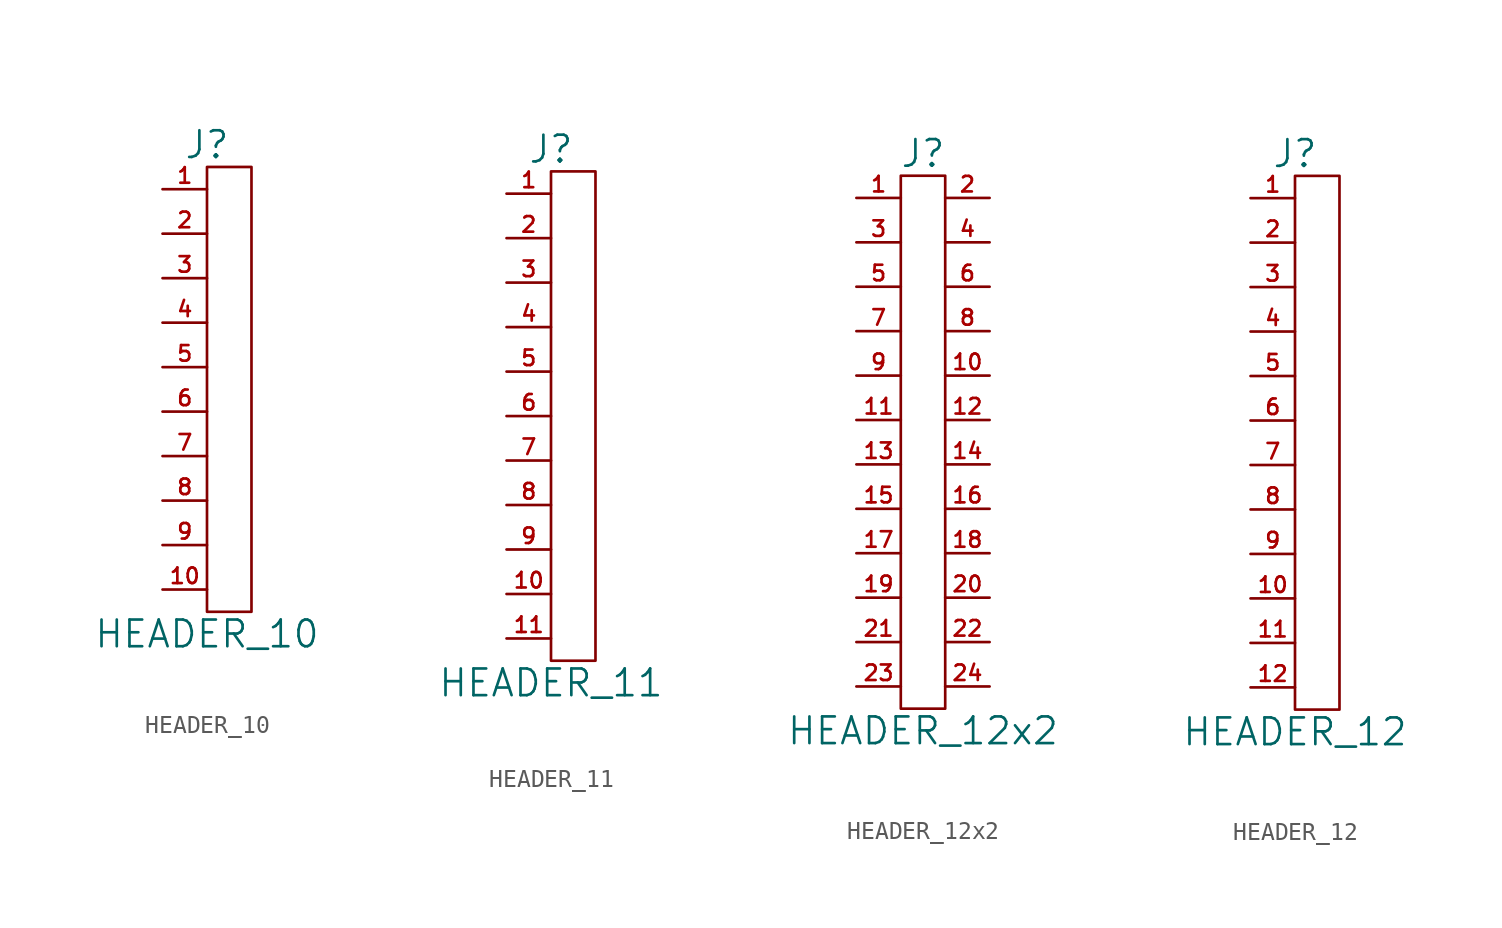
<source format=kicad_sym>
(kicad_symbol_lib
  (version 20220914)
  (generator kicad_symbol_editor)
  (symbol "HEADER_10"
    (pin_names
      (offset 0))
    (property "Reference" "J"
      (at 0 13.97 0)
      (effects (font (size 1.524 1.524))))
    (property "Value" "HEADER_10"
      (at 0 -13.97 0)
      (effects (font (size 1.524 1.524))))
    (property "Footprint" ""
      (at 0 0 0)
      (effects (font (size 1.524 1.524))))
    (property "Datasheet" ""
      (at 0 0 0)
      (effects (font (size 1.524 1.524))))
    (symbol "HEADER_10_0_1"
      (rectangle (start 2.54 12.7) (end 0 -12.7) (stroke (width 0) (type solid)) (fill (type none))))
    (symbol "HEADER_10_1_1"
      (pin passive line (at -2.54 11.43 0) (length 2.54) (name "~" (effects (font (size 1.27 1.27)))) (number "1" (effects (font (size 0.889 0.889)))))
      (pin passive line (at -2.54 -11.43 0) (length 2.54) (name "~" (effects (font (size 1.27 1.27)))) (number "10" (effects (font (size 0.889 0.889)))))
      (pin passive line (at -2.54 8.89 0) (length 2.54) (name "~" (effects (font (size 1.27 1.27)))) (number "2" (effects (font (size 0.889 0.889)))))
      (pin passive line (at -2.54 6.35 0) (length 2.54) (name "~" (effects (font (size 1.27 1.27)))) (number "3" (effects (font (size 0.889 0.889)))))
      (pin passive line (at -2.54 3.81 0) (length 2.54) (name "~" (effects (font (size 1.27 1.27)))) (number "4" (effects (font (size 0.889 0.889)))))
      (pin passive line (at -2.54 1.27 0) (length 2.54) (name "~" (effects (font (size 1.27 1.27)))) (number "5" (effects (font (size 0.889 0.889)))))
      (pin passive line (at -2.54 -1.27 0) (length 2.54) (name "~" (effects (font (size 1.27 1.27)))) (number "6" (effects (font (size 0.889 0.889)))))
      (pin passive line (at -2.54 -3.81 0) (length 2.54) (name "~" (effects (font (size 1.27 1.27)))) (number "7" (effects (font (size 0.889 0.889)))))
      (pin passive line (at -2.54 -6.35 0) (length 2.54) (name "~" (effects (font (size 1.27 1.27)))) (number "8" (effects (font (size 0.889 0.889)))))
      (pin passive line (at -2.54 -8.89 0) (length 2.54) (name "~" (effects (font (size 1.27 1.27)))) (number "9" (effects (font (size 0.889 0.889)))))))
  (symbol "HEADER_11"
    (pin_names
      (offset 0))
    (property "Reference" "J"
      (at 0 15.24 0)
      (effects (font (size 1.524 1.524))))
    (property "Value" "HEADER_11"
      (at 0 -15.24 0)
      (effects (font (size 1.524 1.524))))
    (property "Footprint" ""
      (at 0 0 0)
      (effects (font (size 1.524 1.524))))
    (property "Datasheet" ""
      (at 0 0 0)
      (effects (font (size 1.524 1.524))))
    (symbol "HEADER_11_0_1"
      (rectangle (start 2.54 13.97) (end 0 -13.97) (stroke (width 0) (type solid)) (fill (type none))))
    (symbol "HEADER_11_1_1"
      (pin passive line (at -2.54 12.7 0) (length 2.54) (name "~" (effects (font (size 1.27 1.27)))) (number "1" (effects (font (size 0.889 0.889)))))
      (pin passive line (at -2.54 -10.16 0) (length 2.54) (name "~" (effects (font (size 1.27 1.27)))) (number "10" (effects (font (size 0.889 0.889)))))
      (pin passive line (at -2.54 -12.7 0) (length 2.54) (name "~" (effects (font (size 1.27 1.27)))) (number "11" (effects (font (size 0.889 0.889)))))
      (pin passive line (at -2.54 10.16 0) (length 2.54) (name "~" (effects (font (size 1.27 1.27)))) (number "2" (effects (font (size 0.889 0.889)))))
      (pin passive line (at -2.54 7.62 0) (length 2.54) (name "~" (effects (font (size 1.27 1.27)))) (number "3" (effects (font (size 0.889 0.889)))))
      (pin passive line (at -2.54 5.08 0) (length 2.54) (name "~" (effects (font (size 1.27 1.27)))) (number "4" (effects (font (size 0.889 0.889)))))
      (pin passive line (at -2.54 2.54 0) (length 2.54) (name "~" (effects (font (size 1.27 1.27)))) (number "5" (effects (font (size 0.889 0.889)))))
      (pin passive line (at -2.54 0 0) (length 2.54) (name "~" (effects (font (size 1.27 1.27)))) (number "6" (effects (font (size 0.889 0.889)))))
      (pin passive line (at -2.54 -2.54 0) (length 2.54) (name "~" (effects (font (size 1.27 1.27)))) (number "7" (effects (font (size 0.889 0.889)))))
      (pin passive line (at -2.54 -5.08 0) (length 2.54) (name "~" (effects (font (size 1.27 1.27)))) (number "8" (effects (font (size 0.889 0.889)))))
      (pin passive line (at -2.54 -7.62 0) (length 2.54) (name "~" (effects (font (size 1.27 1.27)))) (number "9" (effects (font (size 0.889 0.889)))))))
  (symbol "HEADER_12x2"
    (pin_names
      (offset 0))
    (property "Reference" "J"
      (at 0 16.51 0)
      (effects (font (size 1.524 1.524))))
    (property "Value" "HEADER_12x2"
      (at 0 -16.51 0)
      (effects (font (size 1.524 1.524))))
    (property "Footprint" ""
      (at 0 -1.27 0)
      (effects (font (size 1.524 1.524))))
    (property "Datasheet" ""
      (at 0 0 0)
      (effects (font (size 1.524 1.524))))
    (symbol "HEADER_12x2_0_1"
      (rectangle (start 1.27 -15.24) (end -1.27 15.24) (stroke (width 0) (type solid)) (fill (type none))))
    (symbol "HEADER_12x2_1_1"
      (pin passive line (at -3.81 13.97 0) (length 2.54) (name "~" (effects (font (size 0.889 0.889)))) (number "1" (effects (font (size 0.889 0.889)))))
      (pin passive line (at 3.81 3.81 180) (length 2.54) (name "~" (effects (font (size 1.27 1.27)))) (number "10" (effects (font (size 0.889 0.889)))))
      (pin passive line (at -3.81 1.27 0) (length 2.54) (name "~" (effects (font (size 1.27 1.27)))) (number "11" (effects (font (size 0.889 0.889)))))
      (pin passive line (at 3.81 1.27 180) (length 2.54) (name "~" (effects (font (size 1.27 1.27)))) (number "12" (effects (font (size 0.889 0.889)))))
      (pin passive line (at -3.81 -1.27 0) (length 2.54) (name "~" (effects (font (size 1.27 1.27)))) (number "13" (effects (font (size 0.889 0.889)))))
      (pin passive line (at 3.81 -1.27 180) (length 2.54) (name "~" (effects (font (size 1.27 1.27)))) (number "14" (effects (font (size 0.889 0.889)))))
      (pin passive line (at -3.81 -3.81 0) (length 2.54) (name "~" (effects (font (size 1.27 1.27)))) (number "15" (effects (font (size 0.889 0.889)))))
      (pin passive line (at 3.81 -3.81 180) (length 2.54) (name "~" (effects (font (size 1.27 1.27)))) (number "16" (effects (font (size 0.889 0.889)))))
      (pin passive line (at -3.81 -6.35 0) (length 2.54) (name "~" (effects (font (size 1.27 1.27)))) (number "17" (effects (font (size 0.889 0.889)))))
      (pin passive line (at 3.81 -6.35 180) (length 2.54) (name "~" (effects (font (size 1.27 1.27)))) (number "18" (effects (font (size 0.889 0.889)))))
      (pin passive line (at -3.81 -8.89 0) (length 2.54) (name "~" (effects (font (size 1.27 1.27)))) (number "19" (effects (font (size 0.889 0.889)))))
      (pin passive line (at 3.81 13.97 180) (length 2.54) (name "~" (effects (font (size 1.27 1.27)))) (number "2" (effects (font (size 0.889 0.889)))))
      (pin passive line (at 3.81 -8.89 180) (length 2.54) (name "~" (effects (font (size 1.27 1.27)))) (number "20" (effects (font (size 0.889 0.889)))))
      (pin passive line (at -3.81 -11.43 0) (length 2.54) (name "~" (effects (font (size 1.27 1.27)))) (number "21" (effects (font (size 0.889 0.889)))))
      (pin passive line (at 3.81 -11.43 180) (length 2.54) (name "~" (effects (font (size 1.27 1.27)))) (number "22" (effects (font (size 0.889 0.889)))))
      (pin passive line (at -3.81 -13.97 0) (length 2.54) (name "~" (effects (font (size 1.27 1.27)))) (number "23" (effects (font (size 0.889 0.889)))))
      (pin passive line (at 3.81 -13.97 180) (length 2.54) (name "~" (effects (font (size 1.27 1.27)))) (number "24" (effects (font (size 0.889 0.889)))))
      (pin passive line (at -3.81 11.43 0) (length 2.54) (name "~" (effects (font (size 1.27 1.27)))) (number "3" (effects (font (size 0.889 0.889)))))
      (pin passive line (at 3.81 11.43 180) (length 2.54) (name "~" (effects (font (size 1.27 1.27)))) (number "4" (effects (font (size 0.889 0.889)))))
      (pin passive line (at -3.81 8.89 0) (length 2.54) (name "~" (effects (font (size 1.27 1.27)))) (number "5" (effects (font (size 0.889 0.889)))))
      (pin passive line (at 3.81 8.89 180) (length 2.54) (name "~" (effects (font (size 1.27 1.27)))) (number "6" (effects (font (size 0.889 0.889)))))
      (pin passive line (at -3.81 6.35 0) (length 2.54) (name "~" (effects (font (size 1.27 1.27)))) (number "7" (effects (font (size 0.889 0.889)))))
      (pin passive line (at 3.81 6.35 180) (length 2.54) (name "~" (effects (font (size 1.27 1.27)))) (number "8" (effects (font (size 0.889 0.889)))))
      (pin passive line (at -3.81 3.81 0) (length 2.54) (name "~" (effects (font (size 1.27 1.27)))) (number "9" (effects (font (size 0.889 0.889)))))))
  (symbol "HEADER_12"
    (pin_names
      (offset 0))
    (property "Reference" "J"
      (at 0 16.51 0)
      (effects (font (size 1.524 1.524))))
    (property "Value" "HEADER_12"
      (at 0 -16.51 0)
      (effects (font (size 1.524 1.524))))
    (property "Footprint" ""
      (at 0 0 0)
      (effects (font (size 1.524 1.524))))
    (property "Datasheet" ""
      (at 0 0 0)
      (effects (font (size 1.524 1.524))))
    (symbol "HEADER_12_0_1"
      (rectangle (start 2.54 15.24) (end 0 -15.24) (stroke (width 0) (type solid)) (fill (type none))))
    (symbol "HEADER_12_1_1"
      (pin passive line (at -2.54 13.97 0) (length 2.54) (name "~" (effects (font (size 1.27 1.27)))) (number "1" (effects (font (size 0.889 0.889)))))
      (pin passive line (at -2.54 -8.89 0) (length 2.54) (name "~" (effects (font (size 1.27 1.27)))) (number "10" (effects (font (size 0.889 0.889)))))
      (pin passive line (at -2.54 -11.43 0) (length 2.54) (name "~" (effects (font (size 1.27 1.27)))) (number "11" (effects (font (size 0.889 0.889)))))
      (pin passive line (at -2.54 -13.97 0) (length 2.54) (name "~" (effects (font (size 1.27 1.27)))) (number "12" (effects (font (size 0.889 0.889)))))
      (pin passive line (at -2.54 11.43 0) (length 2.54) (name "~" (effects (font (size 1.27 1.27)))) (number "2" (effects (font (size 0.889 0.889)))))
      (pin passive line (at -2.54 8.89 0) (length 2.54) (name "~" (effects (font (size 1.27 1.27)))) (number "3" (effects (font (size 0.889 0.889)))))
      (pin passive line (at -2.54 6.35 0) (length 2.54) (name "~" (effects (font (size 1.27 1.27)))) (number "4" (effects (font (size 0.889 0.889)))))
      (pin passive line (at -2.54 3.81 0) (length 2.54) (name "~" (effects (font (size 1.27 1.27)))) (number "5" (effects (font (size 0.889 0.889)))))
      (pin passive line (at -2.54 1.27 0) (length 2.54) (name "~" (effects (font (size 1.27 1.27)))) (number "6" (effects (font (size 0.889 0.889)))))
      (pin passive line (at -2.54 -1.27 0) (length 2.54) (name "~" (effects (font (size 1.27 1.27)))) (number "7" (effects (font (size 0.889 0.889)))))
      (pin passive line (at -2.54 -3.81 0) (length 2.54) (name "~" (effects (font (size 1.27 1.27)))) (number "8" (effects (font (size 0.889 0.889)))))
      (pin passive line (at -2.54 -6.35 0) (length 2.54) (name "~" (effects (font (size 1.27 1.27)))) (number "9" (effects (font (size 0.889 0.889))))))))
</source>
